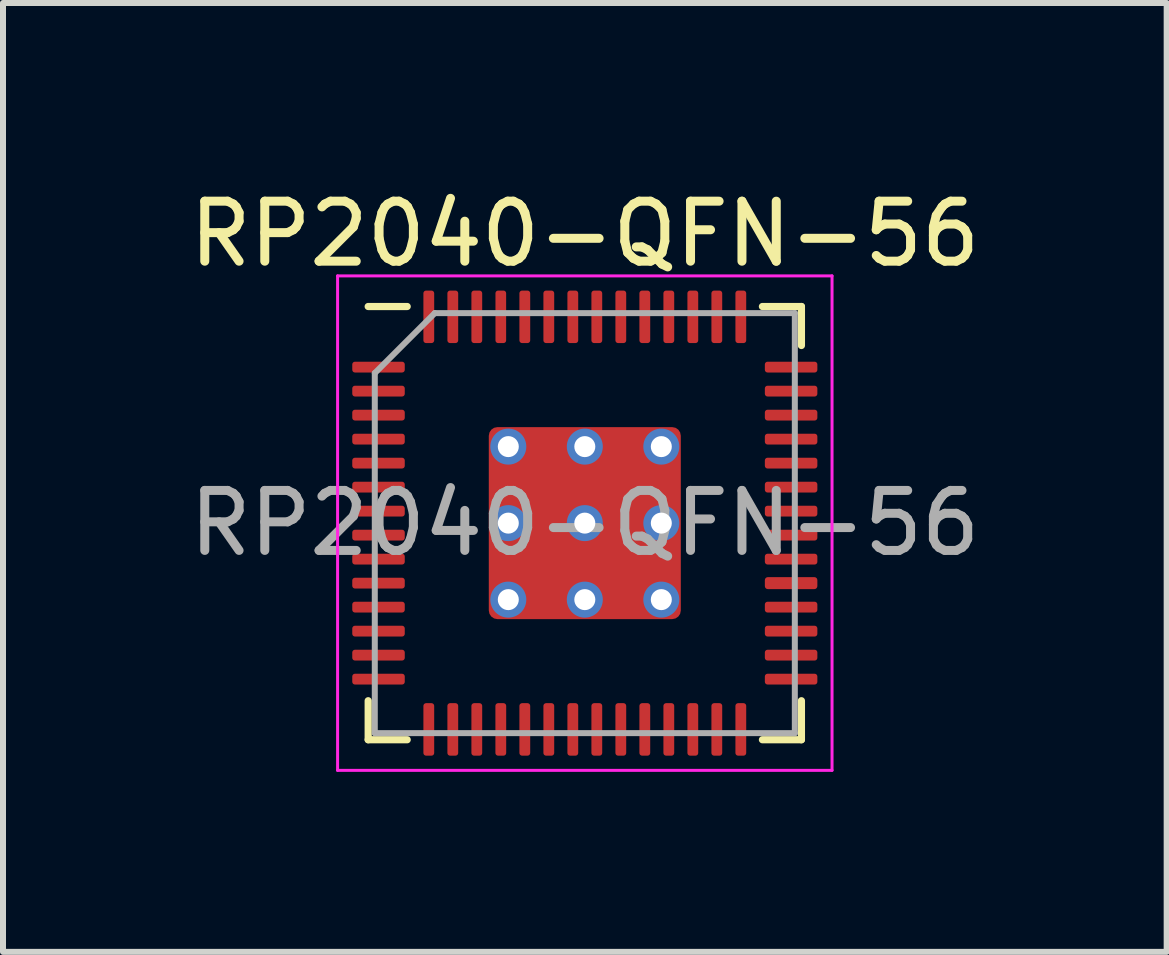
<source format=kicad_pcb>
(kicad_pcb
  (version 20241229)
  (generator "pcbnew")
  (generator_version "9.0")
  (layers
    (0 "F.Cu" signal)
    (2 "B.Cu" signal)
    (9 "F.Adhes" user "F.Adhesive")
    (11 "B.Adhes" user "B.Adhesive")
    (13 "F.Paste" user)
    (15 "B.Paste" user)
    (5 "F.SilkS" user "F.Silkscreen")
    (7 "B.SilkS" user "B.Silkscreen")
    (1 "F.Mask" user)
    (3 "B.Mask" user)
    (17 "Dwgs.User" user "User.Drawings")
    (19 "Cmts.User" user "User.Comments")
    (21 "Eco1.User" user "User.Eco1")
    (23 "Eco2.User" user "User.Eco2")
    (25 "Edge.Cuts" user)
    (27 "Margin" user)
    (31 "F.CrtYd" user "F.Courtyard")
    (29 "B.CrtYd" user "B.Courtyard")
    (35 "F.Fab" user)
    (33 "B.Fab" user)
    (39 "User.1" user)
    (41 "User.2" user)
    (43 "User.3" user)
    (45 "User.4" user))
  (footprint "RP2040-QFN-56"
    (layer "F.Cu")
    (at 6.696 5.668)
    (property "Reference" "RP2040-QFN-56" (at 0 -4.82 0) (layer "F.SilkS") (effects (font (size 1 1) (thickness 0.15))))
    (attr smd)
    (fp_line (start -3.61 3.61) (end -3.61 2.96) (stroke (width 0.12) (type solid)) (layer "F.SilkS"))
    (fp_line (start -2.96 -3.61) (end -3.61 -3.61) (stroke (width 0.12) (type solid)) (layer "F.SilkS"))
    (fp_line (start -2.96 3.61) (end -3.61 3.61) (stroke (width 0.12) (type solid)) (layer "F.SilkS"))
    (fp_line (start 2.96 -3.61) (end 3.61 -3.61) (stroke (width 0.12) (type solid)) (layer "F.SilkS"))
    (fp_line (start 2.96 3.61) (end 3.61 3.61) (stroke (width 0.12) (type solid)) (layer "F.SilkS"))
    (fp_line (start 3.61 -3.61) (end 3.61 -2.96) (stroke (width 0.12) (type solid)) (layer "F.SilkS"))
    (fp_line (start 3.61 3.61) (end 3.61 2.96) (stroke (width 0.12) (type solid)) (layer "F.SilkS"))
    (fp_line (start -4.12 -4.12) (end -4.12 4.12) (stroke (width 0.05) (type solid)) (layer "F.CrtYd"))
    (fp_line (start -4.12 4.12) (end 4.12 4.12) (stroke (width 0.05) (type solid)) (layer "F.CrtYd"))
    (fp_line (start 4.12 -4.12) (end -4.12 -4.12) (stroke (width 0.05) (type solid)) (layer "F.CrtYd"))
    (fp_line (start 4.12 4.12) (end 4.12 -4.12) (stroke (width 0.05) (type solid)) (layer "F.CrtYd"))
    (fp_line (start -3.5 -2.5) (end -2.5 -3.5) (stroke (width 0.1) (type solid)) (layer "F.Fab"))
    (fp_line (start -3.5 3.5) (end -3.5 -2.5) (stroke (width 0.1) (type solid)) (layer "F.Fab"))
    (fp_line (start -2.5 -3.5) (end 3.5 -3.5) (stroke (width 0.1) (type solid)) (layer "F.Fab"))
    (fp_line (start 3.5 -3.5) (end 3.5 3.5) (stroke (width 0.1) (type solid)) (layer "F.Fab"))
    (fp_line (start 3.5 3.5) (end -3.5 3.5) (stroke (width 0.1) (type solid)) (layer "F.Fab"))
    (fp_text user "${REFERENCE}" (at 0 0 0) (layer "F.Fab") (effects (font (size 1 1) (thickness 0.15))))
    (pad "" smd roundrect (at -0.637 -0.637) (size 1.084 1.084) (layers "F.Paste") (roundrect_rratio 0.231))
    (pad "" smd roundrect (at -0.637 0.637) (size 1.084 1.084) (layers "F.Paste") (roundrect_rratio 0.231))
    (pad "" smd roundrect (at 0.637 -0.637) (size 1.084 1.084) (layers "F.Paste") (roundrect_rratio 0.231))
    (pad "" smd roundrect (at 0.637 0.637) (size 1.084 1.084) (layers "F.Paste") (roundrect_rratio 0.231))
    (pad "1" smd roundrect (at -3.438 -2.6) (size 0.875 0.18) (layers "F.Cu" "F.Mask" "F.Paste") (roundrect_rratio 0.25))
    (pad "2" smd roundrect (at -3.438 -2.2) (size 0.875 0.18) (layers "F.Cu" "F.Mask" "F.Paste") (roundrect_rratio 0.25))
    (pad "3" smd roundrect (at -3.438 -1.8) (size 0.875 0.18) (layers "F.Cu" "F.Mask" "F.Paste") (roundrect_rratio 0.25))
    (pad "4" smd roundrect (at -3.438 -1.4) (size 0.875 0.18) (layers "F.Cu" "F.Mask" "F.Paste") (roundrect_rratio 0.25))
    (pad "5" smd roundrect (at -3.438 -1) (size 0.875 0.18) (layers "F.Cu" "F.Mask" "F.Paste") (roundrect_rratio 0.25))
    (pad "6" smd roundrect (at -3.438 -0.6) (size 0.875 0.18) (layers "F.Cu" "F.Mask" "F.Paste") (roundrect_rratio 0.25))
    (pad "7" smd roundrect (at -3.438 -0.2) (size 0.875 0.18) (layers "F.Cu" "F.Mask" "F.Paste") (roundrect_rratio 0.25))
    (pad "8" smd roundrect (at -3.438 0.2) (size 0.875 0.18) (layers "F.Cu" "F.Mask" "F.Paste") (roundrect_rratio 0.25))
    (pad "9" smd roundrect (at -3.438 0.6) (size 0.875 0.18) (layers "F.Cu" "F.Mask" "F.Paste") (roundrect_rratio 0.25))
    (pad "10" smd roundrect (at -3.438 1) (size 0.875 0.18) (layers "F.Cu" "F.Mask" "F.Paste") (roundrect_rratio 0.25))
    (pad "11" smd roundrect (at -3.438 1.4) (size 0.875 0.18) (layers "F.Cu" "F.Mask" "F.Paste") (roundrect_rratio 0.25))
    (pad "12" smd roundrect (at -3.438 1.8) (size 0.875 0.18) (layers "F.Cu" "F.Mask" "F.Paste") (roundrect_rratio 0.25))
    (pad "13" smd roundrect (at -3.438 2.2) (size 0.875 0.18) (layers "F.Cu" "F.Mask" "F.Paste") (roundrect_rratio 0.25))
    (pad "14" smd roundrect (at -3.438 2.6) (size 0.875 0.18) (layers "F.Cu" "F.Mask" "F.Paste") (roundrect_rratio 0.25))
    (pad "15" smd roundrect (at -2.6 3.438) (size 0.18 0.875) (layers "F.Cu" "F.Mask" "F.Paste") (roundrect_rratio 0.25))
    (pad "16" smd roundrect (at -2.2 3.438) (size 0.18 0.875) (layers "F.Cu" "F.Mask" "F.Paste") (roundrect_rratio 0.25))
    (pad "17" smd roundrect (at -1.8 3.438) (size 0.18 0.875) (layers "F.Cu" "F.Mask" "F.Paste") (roundrect_rratio 0.25))
    (pad "18" smd roundrect (at -1.4 3.438) (size 0.18 0.875) (layers "F.Cu" "F.Mask" "F.Paste") (roundrect_rratio 0.25))
    (pad "19" smd roundrect (at -1 3.438) (size 0.18 0.875) (layers "F.Cu" "F.Mask" "F.Paste") (roundrect_rratio 0.25))
    (pad "20" smd roundrect (at -0.6 3.438) (size 0.18 0.875) (layers "F.Cu" "F.Mask" "F.Paste") (roundrect_rratio 0.25))
    (pad "21" smd roundrect (at -0.2 3.438) (size 0.18 0.875) (layers "F.Cu" "F.Mask" "F.Paste") (roundrect_rratio 0.25))
    (pad "22" smd roundrect (at 0.2 3.438) (size 0.18 0.875) (layers "F.Cu" "F.Mask" "F.Paste") (roundrect_rratio 0.25))
    (pad "23" smd roundrect (at 0.6 3.438) (size 0.18 0.875) (layers "F.Cu" "F.Mask" "F.Paste") (roundrect_rratio 0.25))
    (pad "24" smd roundrect (at 1 3.438) (size 0.18 0.875) (layers "F.Cu" "F.Mask" "F.Paste") (roundrect_rratio 0.25))
    (pad "25" smd roundrect (at 1.4 3.438) (size 0.18 0.875) (layers "F.Cu" "F.Mask" "F.Paste") (roundrect_rratio 0.25))
    (pad "26" smd roundrect (at 1.8 3.438) (size 0.18 0.875) (layers "F.Cu" "F.Mask" "F.Paste") (roundrect_rratio 0.25))
    (pad "27" smd roundrect (at 2.2 3.438) (size 0.18 0.875) (layers "F.Cu" "F.Mask" "F.Paste") (roundrect_rratio 0.25))
    (pad "28" smd roundrect (at 2.6 3.438) (size 0.18 0.875) (layers "F.Cu" "F.Mask" "F.Paste") (roundrect_rratio 0.25))
    (pad "29" smd roundrect (at 3.438 2.6) (size 0.875 0.18) (layers "F.Cu" "F.Mask" "F.Paste") (roundrect_rratio 0.25))
    (pad "30" smd roundrect (at 3.438 2.2) (size 0.875 0.18) (layers "F.Cu" "F.Mask" "F.Paste") (roundrect_rratio 0.25))
    (pad "31" smd roundrect (at 3.438 1.8) (size 0.875 0.18) (layers "F.Cu" "F.Mask" "F.Paste") (roundrect_rratio 0.25))
    (pad "32" smd roundrect (at 3.438 1.4) (size 0.875 0.18) (layers "F.Cu" "F.Mask" "F.Paste") (roundrect_rratio 0.25))
    (pad "33" smd roundrect (at 3.438 1) (size 0.875 0.2) (layers "F.Cu" "F.Mask" "F.Paste") (roundrect_rratio 0.25))
    (pad "34" smd roundrect (at 3.438 0.6) (size 0.875 0.18) (layers "F.Cu" "F.Mask" "F.Paste") (roundrect_rratio 0.25))
    (pad "35" smd roundrect (at 3.438 0.2) (size 0.875 0.18) (layers "F.Cu" "F.Mask" "F.Paste") (roundrect_rratio 0.25))
    (pad "36" smd roundrect (at 3.438 -0.2) (size 0.875 0.18) (layers "F.Cu" "F.Mask" "F.Paste") (roundrect_rratio 0.25))
    (pad "37" smd roundrect (at 3.438 -0.6) (size 0.875 0.18) (layers "F.Cu" "F.Mask" "F.Paste") (roundrect_rratio 0.25))
    (pad "38" smd roundrect (at 3.438 -1) (size 0.875 0.18) (layers "F.Cu" "F.Mask" "F.Paste") (roundrect_rratio 0.25))
    (pad "39" smd roundrect (at 3.438 -1.4) (size 0.875 0.18) (layers "F.Cu" "F.Mask" "F.Paste") (roundrect_rratio 0.25))
    (pad "40" smd roundrect (at 3.438 -1.8) (size 0.875 0.18) (layers "F.Cu" "F.Mask" "F.Paste") (roundrect_rratio 0.25))
    (pad "41" smd roundrect (at 3.438 -2.2) (size 0.875 0.18) (layers "F.Cu" "F.Mask" "F.Paste") (roundrect_rratio 0.25))
    (pad "42" smd roundrect (at 3.438 -2.6) (size 0.875 0.18) (layers "F.Cu" "F.Mask" "F.Paste") (roundrect_rratio 0.25))
    (pad "43" smd roundrect (at 2.6 -3.438) (size 0.18 0.875) (layers "F.Cu" "F.Mask" "F.Paste") (roundrect_rratio 0.25))
    (pad "44" smd roundrect (at 2.2 -3.438) (size 0.18 0.875) (layers "F.Cu" "F.Mask" "F.Paste") (roundrect_rratio 0.25))
    (pad "45" smd roundrect (at 1.8 -3.438) (size 0.18 0.875) (layers "F.Cu" "F.Mask" "F.Paste") (roundrect_rratio 0.25))
    (pad "46" smd roundrect (at 1.4 -3.438) (size 0.18 0.875) (layers "F.Cu" "F.Mask" "F.Paste") (roundrect_rratio 0.25))
    (pad "47" smd roundrect (at 1 -3.438) (size 0.18 0.875) (layers "F.Cu" "F.Mask" "F.Paste") (roundrect_rratio 0.25))
    (pad "48" smd roundrect (at 0.6 -3.438) (size 0.18 0.875) (layers "F.Cu" "F.Mask" "F.Paste") (roundrect_rratio 0.25))
    (pad "49" smd roundrect (at 0.2 -3.438) (size 0.18 0.875) (layers "F.Cu" "F.Mask" "F.Paste") (roundrect_rratio 0.25))
    (pad "50" smd roundrect (at -0.2 -3.438) (size 0.18 0.875) (layers "F.Cu" "F.Mask" "F.Paste") (roundrect_rratio 0.25))
    (pad "51" smd roundrect (at -0.6 -3.438) (size 0.18 0.875) (layers "F.Cu" "F.Mask" "F.Paste") (roundrect_rratio 0.25))
    (pad "52" smd roundrect (at -1 -3.438) (size 0.18 0.875) (layers "F.Cu" "F.Mask" "F.Paste") (roundrect_rratio 0.25))
    (pad "53" smd roundrect (at -1.4 -3.438) (size 0.178 0.875) (layers "F.Cu" "F.Mask" "F.Paste") (roundrect_rratio 0.25))
    (pad "54" smd roundrect (at -1.8 -3.438) (size 0.18 0.875) (layers "F.Cu" "F.Mask" "F.Paste") (roundrect_rratio 0.25))
    (pad "55" smd roundrect (at -2.2 -3.438) (size 0.18 0.875) (layers "F.Cu" "F.Mask" "F.Paste") (roundrect_rratio 0.25))
    (pad "56" smd roundrect (at -2.6 -3.438) (size 0.18 0.875) (layers "F.Cu" "F.Mask" "F.Paste") (roundrect_rratio 0.25))
    (pad "57" thru_hole circle (at -1.275 -1.275) (size 0.6 0.6) (drill 0.35) (layers "*.Cu"))
    (pad "57" thru_hole circle (at -1.275 0) (size 0.6 0.6) (drill 0.35) (layers "*.Cu"))
    (pad "57" thru_hole circle (at -1.275 1.275) (size 0.6 0.6) (drill 0.35) (layers "*.Cu"))
    (pad "57" thru_hole circle (at 0 -1.275) (size 0.6 0.6) (drill 0.35) (layers "*.Cu"))
    (pad "57" thru_hole circle (at 0 0) (size 0.6 0.6) (drill 0.35) (layers "*.Cu"))
    (pad "57" smd roundrect (at 0 0) (size 3.2 3.2) (layers "F.Cu" "F.Mask") (roundrect_rratio 0.045))
    (pad "57" thru_hole circle (at 0 1.275) (size 0.6 0.6) (drill 0.35) (layers "*.Cu"))
    (pad "57" thru_hole circle (at 1.275 -1.275) (size 0.6 0.6) (drill 0.35) (layers "*.Cu"))
    (pad "57" thru_hole circle (at 1.275 0) (size 0.6 0.6) (drill 0.35) (layers "*.Cu"))
    (pad "57" thru_hole circle (at 1.275 1.275) (size 0.6 0.6) (drill 0.35) (layers "*.Cu")))
  (gr_rect
    (start -3 -3)
    (end 16.393 12.813)
    (stroke (width 0.1) (type default))
    (fill no)
    (layer "Edge.Cuts")))
</source>
